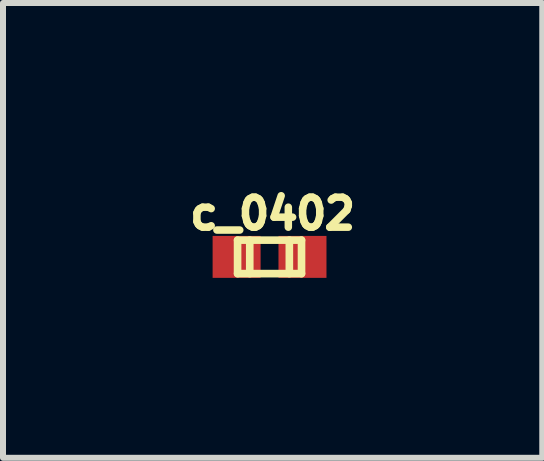
<source format=kicad_pcb>
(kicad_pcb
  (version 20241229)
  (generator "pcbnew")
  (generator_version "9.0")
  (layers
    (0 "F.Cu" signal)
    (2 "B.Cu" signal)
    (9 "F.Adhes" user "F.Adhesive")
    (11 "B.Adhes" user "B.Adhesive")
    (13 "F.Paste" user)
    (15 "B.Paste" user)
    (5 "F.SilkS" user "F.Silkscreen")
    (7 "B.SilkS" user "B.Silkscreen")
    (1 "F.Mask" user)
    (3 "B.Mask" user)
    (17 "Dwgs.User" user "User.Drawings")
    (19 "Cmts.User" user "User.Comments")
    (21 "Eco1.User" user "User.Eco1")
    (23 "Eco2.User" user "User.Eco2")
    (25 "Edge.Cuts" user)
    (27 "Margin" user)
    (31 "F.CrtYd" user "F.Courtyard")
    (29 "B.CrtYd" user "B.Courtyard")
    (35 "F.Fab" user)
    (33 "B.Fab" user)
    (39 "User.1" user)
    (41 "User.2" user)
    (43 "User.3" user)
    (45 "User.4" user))
  (footprint "c_0402"
    (layer "F.Cu")
    (at 1.443 1.232)
    (property "Reference" "c_0402" (at 0.051 -0.72 0) (layer "F.SilkS") (effects (font (size 0.5 0.5) (thickness 0.125))))
    (attr through_hole)
    (fp_line (start -0.533 -0.279) (end -0.533 0.279) (stroke (width 0.127) (type solid)) (layer "F.SilkS"))
    (fp_line (start -0.533 0.279) (end 0.533 0.279) (stroke (width 0.127) (type solid)) (layer "F.SilkS"))
    (fp_line (start -0.33 -0.279) (end -0.33 0.279) (stroke (width 0.127) (type solid)) (layer "F.SilkS"))
    (fp_line (start 0.33 -0.279) (end 0.33 0.279) (stroke (width 0.127) (type solid)) (layer "F.SilkS"))
    (fp_line (start 0.533 -0.279) (end -0.533 -0.279) (stroke (width 0.127) (type solid)) (layer "F.SilkS"))
    (fp_line (start 0.533 0.279) (end 0.533 -0.279) (stroke (width 0.127) (type solid)) (layer "F.SilkS"))
    (pad "1" smd rect (at 0.549 0) (size 0.8 0.699) (layers "F.Cu" "F.Mask" "F.Paste"))
    (pad "2" smd rect (at -0.549 0) (size 0.8 0.699) (layers "F.Cu" "F.Mask" "F.Paste")))
  (gr_rect
    (start -3 -3)
    (end 5.989 4.581)
    (stroke (width 0.1) (type default))
    (fill no)
    (layer "Edge.Cuts")))
</source>
